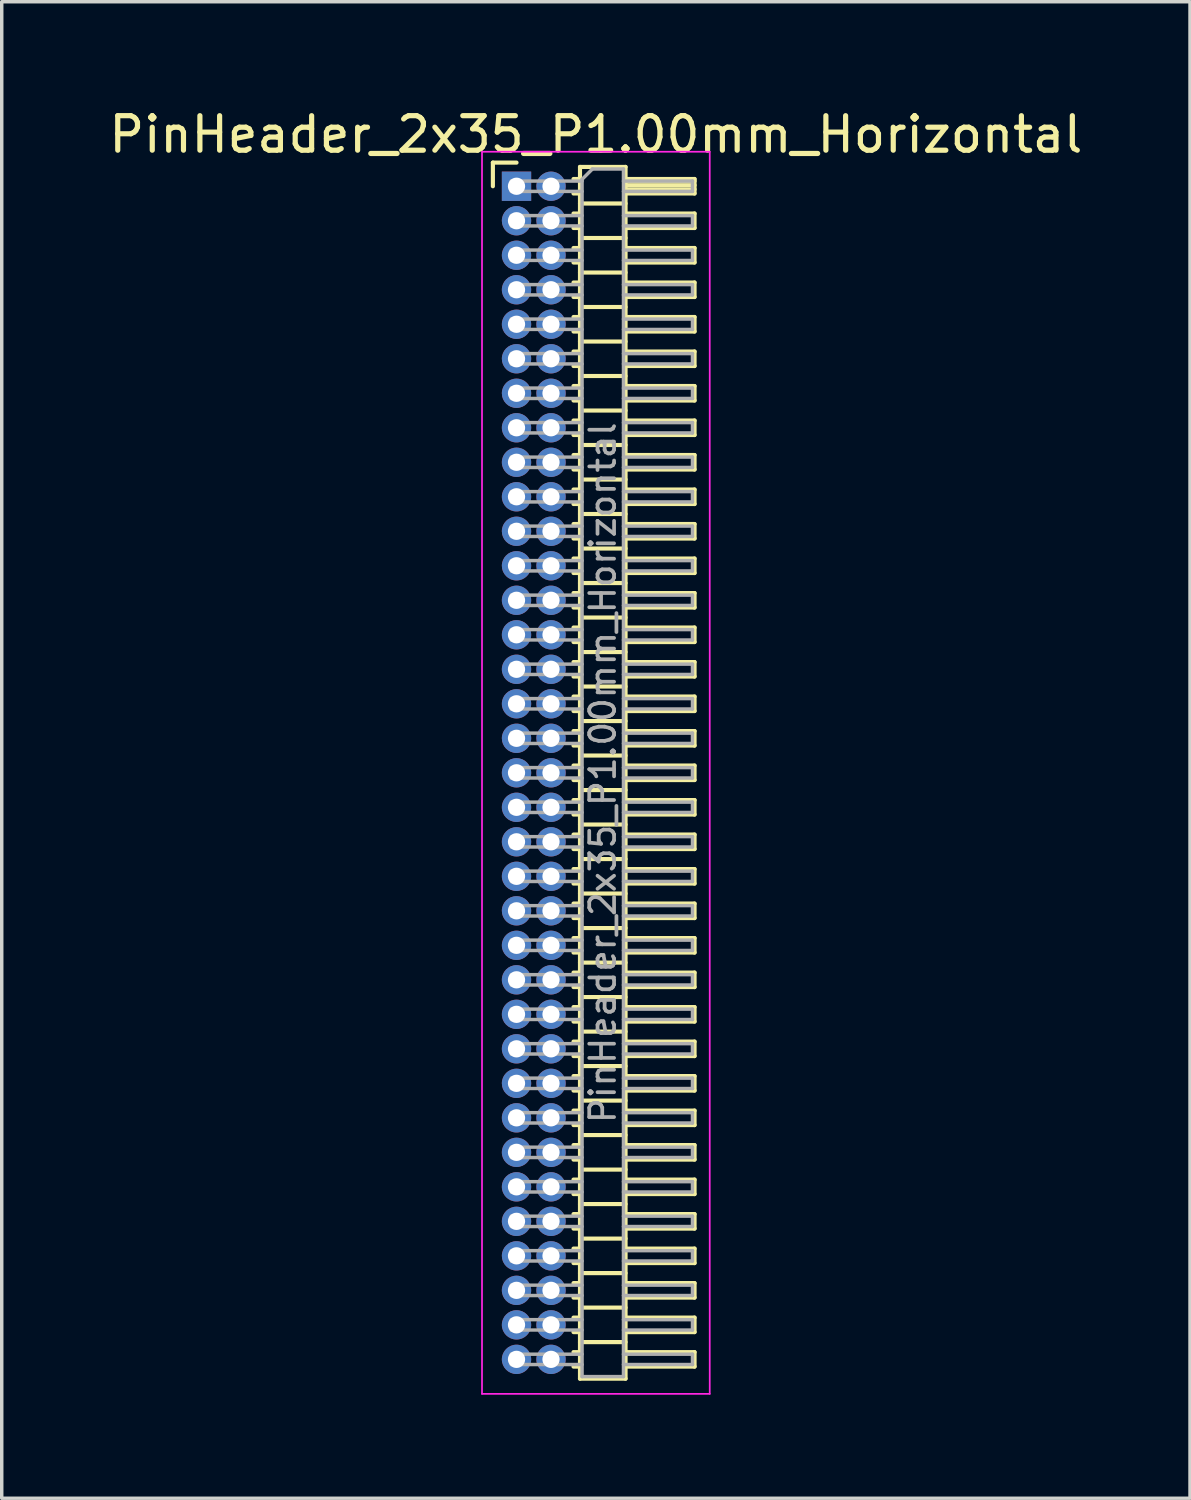
<source format=kicad_pcb>
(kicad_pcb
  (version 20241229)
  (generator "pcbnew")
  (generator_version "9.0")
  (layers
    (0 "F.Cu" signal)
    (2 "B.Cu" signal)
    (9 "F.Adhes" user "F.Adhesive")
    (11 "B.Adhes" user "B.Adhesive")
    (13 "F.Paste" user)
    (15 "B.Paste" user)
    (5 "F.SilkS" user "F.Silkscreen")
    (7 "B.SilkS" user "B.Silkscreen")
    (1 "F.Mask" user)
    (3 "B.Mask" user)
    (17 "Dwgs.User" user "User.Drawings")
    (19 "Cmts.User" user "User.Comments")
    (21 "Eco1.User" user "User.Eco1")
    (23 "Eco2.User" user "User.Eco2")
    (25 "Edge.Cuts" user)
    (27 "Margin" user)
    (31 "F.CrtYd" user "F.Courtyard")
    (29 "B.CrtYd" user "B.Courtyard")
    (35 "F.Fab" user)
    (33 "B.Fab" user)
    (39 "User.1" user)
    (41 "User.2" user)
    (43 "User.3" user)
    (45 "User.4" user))
  (footprint "PinHeader_2x35_P1.00mm_Horizontal"
    (layer "F.Cu")
    (at 11.92 2.348)
    (property "Reference" "PinHeader_2x35_P1.00mm_Horizontal" (at 2.3 -1.5 0) (layer "F.SilkS") (effects (font (size 1 1) (thickness 0.15))))
    (attr through_hole)
    (fp_line (start -0.685 -0.685) (end 0 -0.685) (stroke (width 0.12) (type solid)) (layer "F.SilkS"))
    (fp_line (start -0.685 0) (end -0.685 -0.685) (stroke (width 0.12) (type solid)) (layer "F.SilkS"))
    (fp_line (start 1.652 -0.21) (end 1.84 -0.21) (stroke (width 0.12) (type solid)) (layer "F.SilkS"))
    (fp_line (start 1.652 0.21) (end 1.84 0.21) (stroke (width 0.12) (type solid)) (layer "F.SilkS"))
    (fp_line (start 1.652 0.79) (end 1.84 0.79) (stroke (width 0.12) (type solid)) (layer "F.SilkS"))
    (fp_line (start 1.652 1.21) (end 1.84 1.21) (stroke (width 0.12) (type solid)) (layer "F.SilkS"))
    (fp_line (start 1.652 1.79) (end 1.84 1.79) (stroke (width 0.12) (type solid)) (layer "F.SilkS"))
    (fp_line (start 1.652 2.21) (end 1.84 2.21) (stroke (width 0.12) (type solid)) (layer "F.SilkS"))
    (fp_line (start 1.652 2.79) (end 1.84 2.79) (stroke (width 0.12) (type solid)) (layer "F.SilkS"))
    (fp_line (start 1.652 3.21) (end 1.84 3.21) (stroke (width 0.12) (type solid)) (layer "F.SilkS"))
    (fp_line (start 1.652 3.79) (end 1.84 3.79) (stroke (width 0.12) (type solid)) (layer "F.SilkS"))
    (fp_line (start 1.652 4.21) (end 1.84 4.21) (stroke (width 0.12) (type solid)) (layer "F.SilkS"))
    (fp_line (start 1.652 4.79) (end 1.84 4.79) (stroke (width 0.12) (type solid)) (layer "F.SilkS"))
    (fp_line (start 1.652 5.21) (end 1.84 5.21) (stroke (width 0.12) (type solid)) (layer "F.SilkS"))
    (fp_line (start 1.652 5.79) (end 1.84 5.79) (stroke (width 0.12) (type solid)) (layer "F.SilkS"))
    (fp_line (start 1.652 6.21) (end 1.84 6.21) (stroke (width 0.12) (type solid)) (layer "F.SilkS"))
    (fp_line (start 1.652 6.79) (end 1.84 6.79) (stroke (width 0.12) (type solid)) (layer "F.SilkS"))
    (fp_line (start 1.652 7.21) (end 1.84 7.21) (stroke (width 0.12) (type solid)) (layer "F.SilkS"))
    (fp_line (start 1.652 7.79) (end 1.84 7.79) (stroke (width 0.12) (type solid)) (layer "F.SilkS"))
    (fp_line (start 1.652 8.21) (end 1.84 8.21) (stroke (width 0.12) (type solid)) (layer "F.SilkS"))
    (fp_line (start 1.652 8.79) (end 1.84 8.79) (stroke (width 0.12) (type solid)) (layer "F.SilkS"))
    (fp_line (start 1.652 9.21) (end 1.84 9.21) (stroke (width 0.12) (type solid)) (layer "F.SilkS"))
    (fp_line (start 1.652 9.79) (end 1.84 9.79) (stroke (width 0.12) (type solid)) (layer "F.SilkS"))
    (fp_line (start 1.652 10.21) (end 1.84 10.21) (stroke (width 0.12) (type solid)) (layer "F.SilkS"))
    (fp_line (start 1.652 10.79) (end 1.84 10.79) (stroke (width 0.12) (type solid)) (layer "F.SilkS"))
    (fp_line (start 1.652 11.21) (end 1.84 11.21) (stroke (width 0.12) (type solid)) (layer "F.SilkS"))
    (fp_line (start 1.652 11.79) (end 1.84 11.79) (stroke (width 0.12) (type solid)) (layer "F.SilkS"))
    (fp_line (start 1.652 12.21) (end 1.84 12.21) (stroke (width 0.12) (type solid)) (layer "F.SilkS"))
    (fp_line (start 1.652 12.79) (end 1.84 12.79) (stroke (width 0.12) (type solid)) (layer "F.SilkS"))
    (fp_line (start 1.652 13.21) (end 1.84 13.21) (stroke (width 0.12) (type solid)) (layer "F.SilkS"))
    (fp_line (start 1.652 13.79) (end 1.84 13.79) (stroke (width 0.12) (type solid)) (layer "F.SilkS"))
    (fp_line (start 1.652 14.21) (end 1.84 14.21) (stroke (width 0.12) (type solid)) (layer "F.SilkS"))
    (fp_line (start 1.652 14.79) (end 1.84 14.79) (stroke (width 0.12) (type solid)) (layer "F.SilkS"))
    (fp_line (start 1.652 15.21) (end 1.84 15.21) (stroke (width 0.12) (type solid)) (layer "F.SilkS"))
    (fp_line (start 1.652 15.79) (end 1.84 15.79) (stroke (width 0.12) (type solid)) (layer "F.SilkS"))
    (fp_line (start 1.652 16.21) (end 1.84 16.21) (stroke (width 0.12) (type solid)) (layer "F.SilkS"))
    (fp_line (start 1.652 16.79) (end 1.84 16.79) (stroke (width 0.12) (type solid)) (layer "F.SilkS"))
    (fp_line (start 1.652 17.21) (end 1.84 17.21) (stroke (width 0.12) (type solid)) (layer "F.SilkS"))
    (fp_line (start 1.652 17.79) (end 1.84 17.79) (stroke (width 0.12) (type solid)) (layer "F.SilkS"))
    (fp_line (start 1.652 18.21) (end 1.84 18.21) (stroke (width 0.12) (type solid)) (layer "F.SilkS"))
    (fp_line (start 1.652 18.79) (end 1.84 18.79) (stroke (width 0.12) (type solid)) (layer "F.SilkS"))
    (fp_line (start 1.652 19.21) (end 1.84 19.21) (stroke (width 0.12) (type solid)) (layer "F.SilkS"))
    (fp_line (start 1.652 19.79) (end 1.84 19.79) (stroke (width 0.12) (type solid)) (layer "F.SilkS"))
    (fp_line (start 1.652 20.21) (end 1.84 20.21) (stroke (width 0.12) (type solid)) (layer "F.SilkS"))
    (fp_line (start 1.652 20.79) (end 1.84 20.79) (stroke (width 0.12) (type solid)) (layer "F.SilkS"))
    (fp_line (start 1.652 21.21) (end 1.84 21.21) (stroke (width 0.12) (type solid)) (layer "F.SilkS"))
    (fp_line (start 1.652 21.79) (end 1.84 21.79) (stroke (width 0.12) (type solid)) (layer "F.SilkS"))
    (fp_line (start 1.652 22.21) (end 1.84 22.21) (stroke (width 0.12) (type solid)) (layer "F.SilkS"))
    (fp_line (start 1.652 22.79) (end 1.84 22.79) (stroke (width 0.12) (type solid)) (layer "F.SilkS"))
    (fp_line (start 1.652 23.21) (end 1.84 23.21) (stroke (width 0.12) (type solid)) (layer "F.SilkS"))
    (fp_line (start 1.652 23.79) (end 1.84 23.79) (stroke (width 0.12) (type solid)) (layer "F.SilkS"))
    (fp_line (start 1.652 24.21) (end 1.84 24.21) (stroke (width 0.12) (type solid)) (layer "F.SilkS"))
    (fp_line (start 1.652 24.79) (end 1.84 24.79) (stroke (width 0.12) (type solid)) (layer "F.SilkS"))
    (fp_line (start 1.652 25.21) (end 1.84 25.21) (stroke (width 0.12) (type solid)) (layer "F.SilkS"))
    (fp_line (start 1.652 25.79) (end 1.84 25.79) (stroke (width 0.12) (type solid)) (layer "F.SilkS"))
    (fp_line (start 1.652 26.21) (end 1.84 26.21) (stroke (width 0.12) (type solid)) (layer "F.SilkS"))
    (fp_line (start 1.652 26.79) (end 1.84 26.79) (stroke (width 0.12) (type solid)) (layer "F.SilkS"))
    (fp_line (start 1.652 27.21) (end 1.84 27.21) (stroke (width 0.12) (type solid)) (layer "F.SilkS"))
    (fp_line (start 1.652 27.79) (end 1.84 27.79) (stroke (width 0.12) (type solid)) (layer "F.SilkS"))
    (fp_line (start 1.652 28.21) (end 1.84 28.21) (stroke (width 0.12) (type solid)) (layer "F.SilkS"))
    (fp_line (start 1.652 28.79) (end 1.84 28.79) (stroke (width 0.12) (type solid)) (layer "F.SilkS"))
    (fp_line (start 1.652 29.21) (end 1.84 29.21) (stroke (width 0.12) (type solid)) (layer "F.SilkS"))
    (fp_line (start 1.652 29.79) (end 1.84 29.79) (stroke (width 0.12) (type solid)) (layer "F.SilkS"))
    (fp_line (start 1.652 30.21) (end 1.84 30.21) (stroke (width 0.12) (type solid)) (layer "F.SilkS"))
    (fp_line (start 1.652 30.79) (end 1.84 30.79) (stroke (width 0.12) (type solid)) (layer "F.SilkS"))
    (fp_line (start 1.652 31.21) (end 1.84 31.21) (stroke (width 0.12) (type solid)) (layer "F.SilkS"))
    (fp_line (start 1.652 31.79) (end 1.84 31.79) (stroke (width 0.12) (type solid)) (layer "F.SilkS"))
    (fp_line (start 1.652 32.21) (end 1.84 32.21) (stroke (width 0.12) (type solid)) (layer "F.SilkS"))
    (fp_line (start 1.652 32.79) (end 1.84 32.79) (stroke (width 0.12) (type solid)) (layer "F.SilkS"))
    (fp_line (start 1.652 33.21) (end 1.84 33.21) (stroke (width 0.12) (type solid)) (layer "F.SilkS"))
    (fp_line (start 1.652 33.79) (end 1.84 33.79) (stroke (width 0.12) (type solid)) (layer "F.SilkS"))
    (fp_line (start 1.652 34.21) (end 1.84 34.21) (stroke (width 0.12) (type solid)) (layer "F.SilkS"))
    (fp_line (start 1.84 -0.56) (end 1.84 34.56) (stroke (width 0.12) (type solid)) (layer "F.SilkS"))
    (fp_line (start 1.84 0.5) (end 3.16 0.5) (stroke (width 0.12) (type solid)) (layer "F.SilkS"))
    (fp_line (start 1.84 1.5) (end 3.16 1.5) (stroke (width 0.12) (type solid)) (layer "F.SilkS"))
    (fp_line (start 1.84 2.5) (end 3.16 2.5) (stroke (width 0.12) (type solid)) (layer "F.SilkS"))
    (fp_line (start 1.84 3.5) (end 3.16 3.5) (stroke (width 0.12) (type solid)) (layer "F.SilkS"))
    (fp_line (start 1.84 4.5) (end 3.16 4.5) (stroke (width 0.12) (type solid)) (layer "F.SilkS"))
    (fp_line (start 1.84 5.5) (end 3.16 5.5) (stroke (width 0.12) (type solid)) (layer "F.SilkS"))
    (fp_line (start 1.84 6.5) (end 3.16 6.5) (stroke (width 0.12) (type solid)) (layer "F.SilkS"))
    (fp_line (start 1.84 7.5) (end 3.16 7.5) (stroke (width 0.12) (type solid)) (layer "F.SilkS"))
    (fp_line (start 1.84 8.5) (end 3.16 8.5) (stroke (width 0.12) (type solid)) (layer "F.SilkS"))
    (fp_line (start 1.84 9.5) (end 3.16 9.5) (stroke (width 0.12) (type solid)) (layer "F.SilkS"))
    (fp_line (start 1.84 10.5) (end 3.16 10.5) (stroke (width 0.12) (type solid)) (layer "F.SilkS"))
    (fp_line (start 1.84 11.5) (end 3.16 11.5) (stroke (width 0.12) (type solid)) (layer "F.SilkS"))
    (fp_line (start 1.84 12.5) (end 3.16 12.5) (stroke (width 0.12) (type solid)) (layer "F.SilkS"))
    (fp_line (start 1.84 13.5) (end 3.16 13.5) (stroke (width 0.12) (type solid)) (layer "F.SilkS"))
    (fp_line (start 1.84 14.5) (end 3.16 14.5) (stroke (width 0.12) (type solid)) (layer "F.SilkS"))
    (fp_line (start 1.84 15.5) (end 3.16 15.5) (stroke (width 0.12) (type solid)) (layer "F.SilkS"))
    (fp_line (start 1.84 16.5) (end 3.16 16.5) (stroke (width 0.12) (type solid)) (layer "F.SilkS"))
    (fp_line (start 1.84 17.5) (end 3.16 17.5) (stroke (width 0.12) (type solid)) (layer "F.SilkS"))
    (fp_line (start 1.84 18.5) (end 3.16 18.5) (stroke (width 0.12) (type solid)) (layer "F.SilkS"))
    (fp_line (start 1.84 19.5) (end 3.16 19.5) (stroke (width 0.12) (type solid)) (layer "F.SilkS"))
    (fp_line (start 1.84 20.5) (end 3.16 20.5) (stroke (width 0.12) (type solid)) (layer "F.SilkS"))
    (fp_line (start 1.84 21.5) (end 3.16 21.5) (stroke (width 0.12) (type solid)) (layer "F.SilkS"))
    (fp_line (start 1.84 22.5) (end 3.16 22.5) (stroke (width 0.12) (type solid)) (layer "F.SilkS"))
    (fp_line (start 1.84 23.5) (end 3.16 23.5) (stroke (width 0.12) (type solid)) (layer "F.SilkS"))
    (fp_line (start 1.84 24.5) (end 3.16 24.5) (stroke (width 0.12) (type solid)) (layer "F.SilkS"))
    (fp_line (start 1.84 25.5) (end 3.16 25.5) (stroke (width 0.12) (type solid)) (layer "F.SilkS"))
    (fp_line (start 1.84 26.5) (end 3.16 26.5) (stroke (width 0.12) (type solid)) (layer "F.SilkS"))
    (fp_line (start 1.84 27.5) (end 3.16 27.5) (stroke (width 0.12) (type solid)) (layer "F.SilkS"))
    (fp_line (start 1.84 28.5) (end 3.16 28.5) (stroke (width 0.12) (type solid)) (layer "F.SilkS"))
    (fp_line (start 1.84 29.5) (end 3.16 29.5) (stroke (width 0.12) (type solid)) (layer "F.SilkS"))
    (fp_line (start 1.84 30.5) (end 3.16 30.5) (stroke (width 0.12) (type solid)) (layer "F.SilkS"))
    (fp_line (start 1.84 31.5) (end 3.16 31.5) (stroke (width 0.12) (type solid)) (layer "F.SilkS"))
    (fp_line (start 1.84 32.5) (end 3.16 32.5) (stroke (width 0.12) (type solid)) (layer "F.SilkS"))
    (fp_line (start 1.84 33.5) (end 3.16 33.5) (stroke (width 0.12) (type solid)) (layer "F.SilkS"))
    (fp_line (start 1.84 34.56) (end 3.16 34.56) (stroke (width 0.12) (type solid)) (layer "F.SilkS"))
    (fp_line (start 3.16 -0.56) (end 1.84 -0.56) (stroke (width 0.12) (type solid)) (layer "F.SilkS"))
    (fp_line (start 3.16 -0.21) (end 5.16 -0.21) (stroke (width 0.12) (type solid)) (layer "F.SilkS"))
    (fp_line (start 3.16 -0.15) (end 5.16 -0.15) (stroke (width 0.12) (type solid)) (layer "F.SilkS"))
    (fp_line (start 3.16 -0.03) (end 5.16 -0.03) (stroke (width 0.12) (type solid)) (layer "F.SilkS"))
    (fp_line (start 3.16 0.09) (end 5.16 0.09) (stroke (width 0.12) (type solid)) (layer "F.SilkS"))
    (fp_line (start 3.16 0.79) (end 5.16 0.79) (stroke (width 0.12) (type solid)) (layer "F.SilkS"))
    (fp_line (start 3.16 1.79) (end 5.16 1.79) (stroke (width 0.12) (type solid)) (layer "F.SilkS"))
    (fp_line (start 3.16 2.79) (end 5.16 2.79) (stroke (width 0.12) (type solid)) (layer "F.SilkS"))
    (fp_line (start 3.16 3.79) (end 5.16 3.79) (stroke (width 0.12) (type solid)) (layer "F.SilkS"))
    (fp_line (start 3.16 4.79) (end 5.16 4.79) (stroke (width 0.12) (type solid)) (layer "F.SilkS"))
    (fp_line (start 3.16 5.79) (end 5.16 5.79) (stroke (width 0.12) (type solid)) (layer "F.SilkS"))
    (fp_line (start 3.16 6.79) (end 5.16 6.79) (stroke (width 0.12) (type solid)) (layer "F.SilkS"))
    (fp_line (start 3.16 7.79) (end 5.16 7.79) (stroke (width 0.12) (type solid)) (layer "F.SilkS"))
    (fp_line (start 3.16 8.79) (end 5.16 8.79) (stroke (width 0.12) (type solid)) (layer "F.SilkS"))
    (fp_line (start 3.16 9.79) (end 5.16 9.79) (stroke (width 0.12) (type solid)) (layer "F.SilkS"))
    (fp_line (start 3.16 10.79) (end 5.16 10.79) (stroke (width 0.12) (type solid)) (layer "F.SilkS"))
    (fp_line (start 3.16 11.79) (end 5.16 11.79) (stroke (width 0.12) (type solid)) (layer "F.SilkS"))
    (fp_line (start 3.16 12.79) (end 5.16 12.79) (stroke (width 0.12) (type solid)) (layer "F.SilkS"))
    (fp_line (start 3.16 13.79) (end 5.16 13.79) (stroke (width 0.12) (type solid)) (layer "F.SilkS"))
    (fp_line (start 3.16 14.79) (end 5.16 14.79) (stroke (width 0.12) (type solid)) (layer "F.SilkS"))
    (fp_line (start 3.16 15.79) (end 5.16 15.79) (stroke (width 0.12) (type solid)) (layer "F.SilkS"))
    (fp_line (start 3.16 16.79) (end 5.16 16.79) (stroke (width 0.12) (type solid)) (layer "F.SilkS"))
    (fp_line (start 3.16 17.79) (end 5.16 17.79) (stroke (width 0.12) (type solid)) (layer "F.SilkS"))
    (fp_line (start 3.16 18.79) (end 5.16 18.79) (stroke (width 0.12) (type solid)) (layer "F.SilkS"))
    (fp_line (start 3.16 19.79) (end 5.16 19.79) (stroke (width 0.12) (type solid)) (layer "F.SilkS"))
    (fp_line (start 3.16 20.79) (end 5.16 20.79) (stroke (width 0.12) (type solid)) (layer "F.SilkS"))
    (fp_line (start 3.16 21.79) (end 5.16 21.79) (stroke (width 0.12) (type solid)) (layer "F.SilkS"))
    (fp_line (start 3.16 22.79) (end 5.16 22.79) (stroke (width 0.12) (type solid)) (layer "F.SilkS"))
    (fp_line (start 3.16 23.79) (end 5.16 23.79) (stroke (width 0.12) (type solid)) (layer "F.SilkS"))
    (fp_line (start 3.16 24.79) (end 5.16 24.79) (stroke (width 0.12) (type solid)) (layer "F.SilkS"))
    (fp_line (start 3.16 25.79) (end 5.16 25.79) (stroke (width 0.12) (type solid)) (layer "F.SilkS"))
    (fp_line (start 3.16 26.79) (end 5.16 26.79) (stroke (width 0.12) (type solid)) (layer "F.SilkS"))
    (fp_line (start 3.16 27.79) (end 5.16 27.79) (stroke (width 0.12) (type solid)) (layer "F.SilkS"))
    (fp_line (start 3.16 28.79) (end 5.16 28.79) (stroke (width 0.12) (type solid)) (layer "F.SilkS"))
    (fp_line (start 3.16 29.79) (end 5.16 29.79) (stroke (width 0.12) (type solid)) (layer "F.SilkS"))
    (fp_line (start 3.16 30.79) (end 5.16 30.79) (stroke (width 0.12) (type solid)) (layer "F.SilkS"))
    (fp_line (start 3.16 31.79) (end 5.16 31.79) (stroke (width 0.12) (type solid)) (layer "F.SilkS"))
    (fp_line (start 3.16 32.79) (end 5.16 32.79) (stroke (width 0.12) (type solid)) (layer "F.SilkS"))
    (fp_line (start 3.16 33.79) (end 5.16 33.79) (stroke (width 0.12) (type solid)) (layer "F.SilkS"))
    (fp_line (start 3.16 34.56) (end 3.16 -0.56) (stroke (width 0.12) (type solid)) (layer "F.SilkS"))
    (fp_line (start 5.16 -0.21) (end 5.16 0.21) (stroke (width 0.12) (type solid)) (layer "F.SilkS"))
    (fp_line (start 5.16 0.21) (end 3.16 0.21) (stroke (width 0.12) (type solid)) (layer "F.SilkS"))
    (fp_line (start 5.16 0.79) (end 5.16 1.21) (stroke (width 0.12) (type solid)) (layer "F.SilkS"))
    (fp_line (start 5.16 1.21) (end 3.16 1.21) (stroke (width 0.12) (type solid)) (layer "F.SilkS"))
    (fp_line (start 5.16 1.79) (end 5.16 2.21) (stroke (width 0.12) (type solid)) (layer "F.SilkS"))
    (fp_line (start 5.16 2.21) (end 3.16 2.21) (stroke (width 0.12) (type solid)) (layer "F.SilkS"))
    (fp_line (start 5.16 2.79) (end 5.16 3.21) (stroke (width 0.12) (type solid)) (layer "F.SilkS"))
    (fp_line (start 5.16 3.21) (end 3.16 3.21) (stroke (width 0.12) (type solid)) (layer "F.SilkS"))
    (fp_line (start 5.16 3.79) (end 5.16 4.21) (stroke (width 0.12) (type solid)) (layer "F.SilkS"))
    (fp_line (start 5.16 4.21) (end 3.16 4.21) (stroke (width 0.12) (type solid)) (layer "F.SilkS"))
    (fp_line (start 5.16 4.79) (end 5.16 5.21) (stroke (width 0.12) (type solid)) (layer "F.SilkS"))
    (fp_line (start 5.16 5.21) (end 3.16 5.21) (stroke (width 0.12) (type solid)) (layer "F.SilkS"))
    (fp_line (start 5.16 5.79) (end 5.16 6.21) (stroke (width 0.12) (type solid)) (layer "F.SilkS"))
    (fp_line (start 5.16 6.21) (end 3.16 6.21) (stroke (width 0.12) (type solid)) (layer "F.SilkS"))
    (fp_line (start 5.16 6.79) (end 5.16 7.21) (stroke (width 0.12) (type solid)) (layer "F.SilkS"))
    (fp_line (start 5.16 7.21) (end 3.16 7.21) (stroke (width 0.12) (type solid)) (layer "F.SilkS"))
    (fp_line (start 5.16 7.79) (end 5.16 8.21) (stroke (width 0.12) (type solid)) (layer "F.SilkS"))
    (fp_line (start 5.16 8.21) (end 3.16 8.21) (stroke (width 0.12) (type solid)) (layer "F.SilkS"))
    (fp_line (start 5.16 8.79) (end 5.16 9.21) (stroke (width 0.12) (type solid)) (layer "F.SilkS"))
    (fp_line (start 5.16 9.21) (end 3.16 9.21) (stroke (width 0.12) (type solid)) (layer "F.SilkS"))
    (fp_line (start 5.16 9.79) (end 5.16 10.21) (stroke (width 0.12) (type solid)) (layer "F.SilkS"))
    (fp_line (start 5.16 10.21) (end 3.16 10.21) (stroke (width 0.12) (type solid)) (layer "F.SilkS"))
    (fp_line (start 5.16 10.79) (end 5.16 11.21) (stroke (width 0.12) (type solid)) (layer "F.SilkS"))
    (fp_line (start 5.16 11.21) (end 3.16 11.21) (stroke (width 0.12) (type solid)) (layer "F.SilkS"))
    (fp_line (start 5.16 11.79) (end 5.16 12.21) (stroke (width 0.12) (type solid)) (layer "F.SilkS"))
    (fp_line (start 5.16 12.21) (end 3.16 12.21) (stroke (width 0.12) (type solid)) (layer "F.SilkS"))
    (fp_line (start 5.16 12.79) (end 5.16 13.21) (stroke (width 0.12) (type solid)) (layer "F.SilkS"))
    (fp_line (start 5.16 13.21) (end 3.16 13.21) (stroke (width 0.12) (type solid)) (layer "F.SilkS"))
    (fp_line (start 5.16 13.79) (end 5.16 14.21) (stroke (width 0.12) (type solid)) (layer "F.SilkS"))
    (fp_line (start 5.16 14.21) (end 3.16 14.21) (stroke (width 0.12) (type solid)) (layer "F.SilkS"))
    (fp_line (start 5.16 14.79) (end 5.16 15.21) (stroke (width 0.12) (type solid)) (layer "F.SilkS"))
    (fp_line (start 5.16 15.21) (end 3.16 15.21) (stroke (width 0.12) (type solid)) (layer "F.SilkS"))
    (fp_line (start 5.16 15.79) (end 5.16 16.21) (stroke (width 0.12) (type solid)) (layer "F.SilkS"))
    (fp_line (start 5.16 16.21) (end 3.16 16.21) (stroke (width 0.12) (type solid)) (layer "F.SilkS"))
    (fp_line (start 5.16 16.79) (end 5.16 17.21) (stroke (width 0.12) (type solid)) (layer "F.SilkS"))
    (fp_line (start 5.16 17.21) (end 3.16 17.21) (stroke (width 0.12) (type solid)) (layer "F.SilkS"))
    (fp_line (start 5.16 17.79) (end 5.16 18.21) (stroke (width 0.12) (type solid)) (layer "F.SilkS"))
    (fp_line (start 5.16 18.21) (end 3.16 18.21) (stroke (width 0.12) (type solid)) (layer "F.SilkS"))
    (fp_line (start 5.16 18.79) (end 5.16 19.21) (stroke (width 0.12) (type solid)) (layer "F.SilkS"))
    (fp_line (start 5.16 19.21) (end 3.16 19.21) (stroke (width 0.12) (type solid)) (layer "F.SilkS"))
    (fp_line (start 5.16 19.79) (end 5.16 20.21) (stroke (width 0.12) (type solid)) (layer "F.SilkS"))
    (fp_line (start 5.16 20.21) (end 3.16 20.21) (stroke (width 0.12) (type solid)) (layer "F.SilkS"))
    (fp_line (start 5.16 20.79) (end 5.16 21.21) (stroke (width 0.12) (type solid)) (layer "F.SilkS"))
    (fp_line (start 5.16 21.21) (end 3.16 21.21) (stroke (width 0.12) (type solid)) (layer "F.SilkS"))
    (fp_line (start 5.16 21.79) (end 5.16 22.21) (stroke (width 0.12) (type solid)) (layer "F.SilkS"))
    (fp_line (start 5.16 22.21) (end 3.16 22.21) (stroke (width 0.12) (type solid)) (layer "F.SilkS"))
    (fp_line (start 5.16 22.79) (end 5.16 23.21) (stroke (width 0.12) (type solid)) (layer "F.SilkS"))
    (fp_line (start 5.16 23.21) (end 3.16 23.21) (stroke (width 0.12) (type solid)) (layer "F.SilkS"))
    (fp_line (start 5.16 23.79) (end 5.16 24.21) (stroke (width 0.12) (type solid)) (layer "F.SilkS"))
    (fp_line (start 5.16 24.21) (end 3.16 24.21) (stroke (width 0.12) (type solid)) (layer "F.SilkS"))
    (fp_line (start 5.16 24.79) (end 5.16 25.21) (stroke (width 0.12) (type solid)) (layer "F.SilkS"))
    (fp_line (start 5.16 25.21) (end 3.16 25.21) (stroke (width 0.12) (type solid)) (layer "F.SilkS"))
    (fp_line (start 5.16 25.79) (end 5.16 26.21) (stroke (width 0.12) (type solid)) (layer "F.SilkS"))
    (fp_line (start 5.16 26.21) (end 3.16 26.21) (stroke (width 0.12) (type solid)) (layer "F.SilkS"))
    (fp_line (start 5.16 26.79) (end 5.16 27.21) (stroke (width 0.12) (type solid)) (layer "F.SilkS"))
    (fp_line (start 5.16 27.21) (end 3.16 27.21) (stroke (width 0.12) (type solid)) (layer "F.SilkS"))
    (fp_line (start 5.16 27.79) (end 5.16 28.21) (stroke (width 0.12) (type solid)) (layer "F.SilkS"))
    (fp_line (start 5.16 28.21) (end 3.16 28.21) (stroke (width 0.12) (type solid)) (layer "F.SilkS"))
    (fp_line (start 5.16 28.79) (end 5.16 29.21) (stroke (width 0.12) (type solid)) (layer "F.SilkS"))
    (fp_line (start 5.16 29.21) (end 3.16 29.21) (stroke (width 0.12) (type solid)) (layer "F.SilkS"))
    (fp_line (start 5.16 29.79) (end 5.16 30.21) (stroke (width 0.12) (type solid)) (layer "F.SilkS"))
    (fp_line (start 5.16 30.21) (end 3.16 30.21) (stroke (width 0.12) (type solid)) (layer "F.SilkS"))
    (fp_line (start 5.16 30.79) (end 5.16 31.21) (stroke (width 0.12) (type solid)) (layer "F.SilkS"))
    (fp_line (start 5.16 31.21) (end 3.16 31.21) (stroke (width 0.12) (type solid)) (layer "F.SilkS"))
    (fp_line (start 5.16 31.79) (end 5.16 32.21) (stroke (width 0.12) (type solid)) (layer "F.SilkS"))
    (fp_line (start 5.16 32.21) (end 3.16 32.21) (stroke (width 0.12) (type solid)) (layer "F.SilkS"))
    (fp_line (start 5.16 32.79) (end 5.16 33.21) (stroke (width 0.12) (type solid)) (layer "F.SilkS"))
    (fp_line (start 5.16 33.21) (end 3.16 33.21) (stroke (width 0.12) (type solid)) (layer "F.SilkS"))
    (fp_line (start 5.16 33.79) (end 5.16 34.21) (stroke (width 0.12) (type solid)) (layer "F.SilkS"))
    (fp_line (start 5.16 34.21) (end 3.16 34.21) (stroke (width 0.12) (type solid)) (layer "F.SilkS"))
    (fp_line (start -1 -1) (end -1 35) (stroke (width 0.05) (type solid)) (layer "F.CrtYd"))
    (fp_line (start -1 35) (end 5.6 35) (stroke (width 0.05) (type solid)) (layer "F.CrtYd"))
    (fp_line (start 5.6 -1) (end -1 -1) (stroke (width 0.05) (type solid)) (layer "F.CrtYd"))
    (fp_line (start 5.6 35) (end 5.6 -1) (stroke (width 0.05) (type solid)) (layer "F.CrtYd"))
    (fp_line (start -0.15 -0.15) (end -0.15 0.15) (stroke (width 0.1) (type solid)) (layer "F.Fab"))
    (fp_line (start -0.15 -0.15) (end 1.9 -0.15) (stroke (width 0.1) (type solid)) (layer "F.Fab"))
    (fp_line (start -0.15 0.15) (end 1.9 0.15) (stroke (width 0.1) (type solid)) (layer "F.Fab"))
    (fp_line (start -0.15 0.85) (end -0.15 1.15) (stroke (width 0.1) (type solid)) (layer "F.Fab"))
    (fp_line (start -0.15 0.85) (end 1.9 0.85) (stroke (width 0.1) (type solid)) (layer "F.Fab"))
    (fp_line (start -0.15 1.15) (end 1.9 1.15) (stroke (width 0.1) (type solid)) (layer "F.Fab"))
    (fp_line (start -0.15 1.85) (end -0.15 2.15) (stroke (width 0.1) (type solid)) (layer "F.Fab"))
    (fp_line (start -0.15 1.85) (end 1.9 1.85) (stroke (width 0.1) (type solid)) (layer "F.Fab"))
    (fp_line (start -0.15 2.15) (end 1.9 2.15) (stroke (width 0.1) (type solid)) (layer "F.Fab"))
    (fp_line (start -0.15 2.85) (end -0.15 3.15) (stroke (width 0.1) (type solid)) (layer "F.Fab"))
    (fp_line (start -0.15 2.85) (end 1.9 2.85) (stroke (width 0.1) (type solid)) (layer "F.Fab"))
    (fp_line (start -0.15 3.15) (end 1.9 3.15) (stroke (width 0.1) (type solid)) (layer "F.Fab"))
    (fp_line (start -0.15 3.85) (end -0.15 4.15) (stroke (width 0.1) (type solid)) (layer "F.Fab"))
    (fp_line (start -0.15 3.85) (end 1.9 3.85) (stroke (width 0.1) (type solid)) (layer "F.Fab"))
    (fp_line (start -0.15 4.15) (end 1.9 4.15) (stroke (width 0.1) (type solid)) (layer "F.Fab"))
    (fp_line (start -0.15 4.85) (end -0.15 5.15) (stroke (width 0.1) (type solid)) (layer "F.Fab"))
    (fp_line (start -0.15 4.85) (end 1.9 4.85) (stroke (width 0.1) (type solid)) (layer "F.Fab"))
    (fp_line (start -0.15 5.15) (end 1.9 5.15) (stroke (width 0.1) (type solid)) (layer "F.Fab"))
    (fp_line (start -0.15 5.85) (end -0.15 6.15) (stroke (width 0.1) (type solid)) (layer "F.Fab"))
    (fp_line (start -0.15 5.85) (end 1.9 5.85) (stroke (width 0.1) (type solid)) (layer "F.Fab"))
    (fp_line (start -0.15 6.15) (end 1.9 6.15) (stroke (width 0.1) (type solid)) (layer "F.Fab"))
    (fp_line (start -0.15 6.85) (end -0.15 7.15) (stroke (width 0.1) (type solid)) (layer "F.Fab"))
    (fp_line (start -0.15 6.85) (end 1.9 6.85) (stroke (width 0.1) (type solid)) (layer "F.Fab"))
    (fp_line (start -0.15 7.15) (end 1.9 7.15) (stroke (width 0.1) (type solid)) (layer "F.Fab"))
    (fp_line (start -0.15 7.85) (end -0.15 8.15) (stroke (width 0.1) (type solid)) (layer "F.Fab"))
    (fp_line (start -0.15 7.85) (end 1.9 7.85) (stroke (width 0.1) (type solid)) (layer "F.Fab"))
    (fp_line (start -0.15 8.15) (end 1.9 8.15) (stroke (width 0.1) (type solid)) (layer "F.Fab"))
    (fp_line (start -0.15 8.85) (end -0.15 9.15) (stroke (width 0.1) (type solid)) (layer "F.Fab"))
    (fp_line (start -0.15 8.85) (end 1.9 8.85) (stroke (width 0.1) (type solid)) (layer "F.Fab"))
    (fp_line (start -0.15 9.15) (end 1.9 9.15) (stroke (width 0.1) (type solid)) (layer "F.Fab"))
    (fp_line (start -0.15 9.85) (end -0.15 10.15) (stroke (width 0.1) (type solid)) (layer "F.Fab"))
    (fp_line (start -0.15 9.85) (end 1.9 9.85) (stroke (width 0.1) (type solid)) (layer "F.Fab"))
    (fp_line (start -0.15 10.15) (end 1.9 10.15) (stroke (width 0.1) (type solid)) (layer "F.Fab"))
    (fp_line (start -0.15 10.85) (end -0.15 11.15) (stroke (width 0.1) (type solid)) (layer "F.Fab"))
    (fp_line (start -0.15 10.85) (end 1.9 10.85) (stroke (width 0.1) (type solid)) (layer "F.Fab"))
    (fp_line (start -0.15 11.15) (end 1.9 11.15) (stroke (width 0.1) (type solid)) (layer "F.Fab"))
    (fp_line (start -0.15 11.85) (end -0.15 12.15) (stroke (width 0.1) (type solid)) (layer "F.Fab"))
    (fp_line (start -0.15 11.85) (end 1.9 11.85) (stroke (width 0.1) (type solid)) (layer "F.Fab"))
    (fp_line (start -0.15 12.15) (end 1.9 12.15) (stroke (width 0.1) (type solid)) (layer "F.Fab"))
    (fp_line (start -0.15 12.85) (end -0.15 13.15) (stroke (width 0.1) (type solid)) (layer "F.Fab"))
    (fp_line (start -0.15 12.85) (end 1.9 12.85) (stroke (width 0.1) (type solid)) (layer "F.Fab"))
    (fp_line (start -0.15 13.15) (end 1.9 13.15) (stroke (width 0.1) (type solid)) (layer "F.Fab"))
    (fp_line (start -0.15 13.85) (end -0.15 14.15) (stroke (width 0.1) (type solid)) (layer "F.Fab"))
    (fp_line (start -0.15 13.85) (end 1.9 13.85) (stroke (width 0.1) (type solid)) (layer "F.Fab"))
    (fp_line (start -0.15 14.15) (end 1.9 14.15) (stroke (width 0.1) (type solid)) (layer "F.Fab"))
    (fp_line (start -0.15 14.85) (end -0.15 15.15) (stroke (width 0.1) (type solid)) (layer "F.Fab"))
    (fp_line (start -0.15 14.85) (end 1.9 14.85) (stroke (width 0.1) (type solid)) (layer "F.Fab"))
    (fp_line (start -0.15 15.15) (end 1.9 15.15) (stroke (width 0.1) (type solid)) (layer "F.Fab"))
    (fp_line (start -0.15 15.85) (end -0.15 16.15) (stroke (width 0.1) (type solid)) (layer "F.Fab"))
    (fp_line (start -0.15 15.85) (end 1.9 15.85) (stroke (width 0.1) (type solid)) (layer "F.Fab"))
    (fp_line (start -0.15 16.15) (end 1.9 16.15) (stroke (width 0.1) (type solid)) (layer "F.Fab"))
    (fp_line (start -0.15 16.85) (end -0.15 17.15) (stroke (width 0.1) (type solid)) (layer "F.Fab"))
    (fp_line (start -0.15 16.85) (end 1.9 16.85) (stroke (width 0.1) (type solid)) (layer "F.Fab"))
    (fp_line (start -0.15 17.15) (end 1.9 17.15) (stroke (width 0.1) (type solid)) (layer "F.Fab"))
    (fp_line (start -0.15 17.85) (end -0.15 18.15) (stroke (width 0.1) (type solid)) (layer "F.Fab"))
    (fp_line (start -0.15 17.85) (end 1.9 17.85) (stroke (width 0.1) (type solid)) (layer "F.Fab"))
    (fp_line (start -0.15 18.15) (end 1.9 18.15) (stroke (width 0.1) (type solid)) (layer "F.Fab"))
    (fp_line (start -0.15 18.85) (end -0.15 19.15) (stroke (width 0.1) (type solid)) (layer "F.Fab"))
    (fp_line (start -0.15 18.85) (end 1.9 18.85) (stroke (width 0.1) (type solid)) (layer "F.Fab"))
    (fp_line (start -0.15 19.15) (end 1.9 19.15) (stroke (width 0.1) (type solid)) (layer "F.Fab"))
    (fp_line (start -0.15 19.85) (end -0.15 20.15) (stroke (width 0.1) (type solid)) (layer "F.Fab"))
    (fp_line (start -0.15 19.85) (end 1.9 19.85) (stroke (width 0.1) (type solid)) (layer "F.Fab"))
    (fp_line (start -0.15 20.15) (end 1.9 20.15) (stroke (width 0.1) (type solid)) (layer "F.Fab"))
    (fp_line (start -0.15 20.85) (end -0.15 21.15) (stroke (width 0.1) (type solid)) (layer "F.Fab"))
    (fp_line (start -0.15 20.85) (end 1.9 20.85) (stroke (width 0.1) (type solid)) (layer "F.Fab"))
    (fp_line (start -0.15 21.15) (end 1.9 21.15) (stroke (width 0.1) (type solid)) (layer "F.Fab"))
    (fp_line (start -0.15 21.85) (end -0.15 22.15) (stroke (width 0.1) (type solid)) (layer "F.Fab"))
    (fp_line (start -0.15 21.85) (end 1.9 21.85) (stroke (width 0.1) (type solid)) (layer "F.Fab"))
    (fp_line (start -0.15 22.15) (end 1.9 22.15) (stroke (width 0.1) (type solid)) (layer "F.Fab"))
    (fp_line (start -0.15 22.85) (end -0.15 23.15) (stroke (width 0.1) (type solid)) (layer "F.Fab"))
    (fp_line (start -0.15 22.85) (end 1.9 22.85) (stroke (width 0.1) (type solid)) (layer "F.Fab"))
    (fp_line (start -0.15 23.15) (end 1.9 23.15) (stroke (width 0.1) (type solid)) (layer "F.Fab"))
    (fp_line (start -0.15 23.85) (end -0.15 24.15) (stroke (width 0.1) (type solid)) (layer "F.Fab"))
    (fp_line (start -0.15 23.85) (end 1.9 23.85) (stroke (width 0.1) (type solid)) (layer "F.Fab"))
    (fp_line (start -0.15 24.15) (end 1.9 24.15) (stroke (width 0.1) (type solid)) (layer "F.Fab"))
    (fp_line (start -0.15 24.85) (end -0.15 25.15) (stroke (width 0.1) (type solid)) (layer "F.Fab"))
    (fp_line (start -0.15 24.85) (end 1.9 24.85) (stroke (width 0.1) (type solid)) (layer "F.Fab"))
    (fp_line (start -0.15 25.15) (end 1.9 25.15) (stroke (width 0.1) (type solid)) (layer "F.Fab"))
    (fp_line (start -0.15 25.85) (end -0.15 26.15) (stroke (width 0.1) (type solid)) (layer "F.Fab"))
    (fp_line (start -0.15 25.85) (end 1.9 25.85) (stroke (width 0.1) (type solid)) (layer "F.Fab"))
    (fp_line (start -0.15 26.15) (end 1.9 26.15) (stroke (width 0.1) (type solid)) (layer "F.Fab"))
    (fp_line (start -0.15 26.85) (end -0.15 27.15) (stroke (width 0.1) (type solid)) (layer "F.Fab"))
    (fp_line (start -0.15 26.85) (end 1.9 26.85) (stroke (width 0.1) (type solid)) (layer "F.Fab"))
    (fp_line (start -0.15 27.15) (end 1.9 27.15) (stroke (width 0.1) (type solid)) (layer "F.Fab"))
    (fp_line (start -0.15 27.85) (end -0.15 28.15) (stroke (width 0.1) (type solid)) (layer "F.Fab"))
    (fp_line (start -0.15 27.85) (end 1.9 27.85) (stroke (width 0.1) (type solid)) (layer "F.Fab"))
    (fp_line (start -0.15 28.15) (end 1.9 28.15) (stroke (width 0.1) (type solid)) (layer "F.Fab"))
    (fp_line (start -0.15 28.85) (end -0.15 29.15) (stroke (width 0.1) (type solid)) (layer "F.Fab"))
    (fp_line (start -0.15 28.85) (end 1.9 28.85) (stroke (width 0.1) (type solid)) (layer "F.Fab"))
    (fp_line (start -0.15 29.15) (end 1.9 29.15) (stroke (width 0.1) (type solid)) (layer "F.Fab"))
    (fp_line (start -0.15 29.85) (end -0.15 30.15) (stroke (width 0.1) (type solid)) (layer "F.Fab"))
    (fp_line (start -0.15 29.85) (end 1.9 29.85) (stroke (width 0.1) (type solid)) (layer "F.Fab"))
    (fp_line (start -0.15 30.15) (end 1.9 30.15) (stroke (width 0.1) (type solid)) (layer "F.Fab"))
    (fp_line (start -0.15 30.85) (end -0.15 31.15) (stroke (width 0.1) (type solid)) (layer "F.Fab"))
    (fp_line (start -0.15 30.85) (end 1.9 30.85) (stroke (width 0.1) (type solid)) (layer "F.Fab"))
    (fp_line (start -0.15 31.15) (end 1.9 31.15) (stroke (width 0.1) (type solid)) (layer "F.Fab"))
    (fp_line (start -0.15 31.85) (end -0.15 32.15) (stroke (width 0.1) (type solid)) (layer "F.Fab"))
    (fp_line (start -0.15 31.85) (end 1.9 31.85) (stroke (width 0.1) (type solid)) (layer "F.Fab"))
    (fp_line (start -0.15 32.15) (end 1.9 32.15) (stroke (width 0.1) (type solid)) (layer "F.Fab"))
    (fp_line (start -0.15 32.85) (end -0.15 33.15) (stroke (width 0.1) (type solid)) (layer "F.Fab"))
    (fp_line (start -0.15 32.85) (end 1.9 32.85) (stroke (width 0.1) (type solid)) (layer "F.Fab"))
    (fp_line (start -0.15 33.15) (end 1.9 33.15) (stroke (width 0.1) (type solid)) (layer "F.Fab"))
    (fp_line (start -0.15 33.85) (end -0.15 34.15) (stroke (width 0.1) (type solid)) (layer "F.Fab"))
    (fp_line (start -0.15 33.85) (end 1.9 33.85) (stroke (width 0.1) (type solid)) (layer "F.Fab"))
    (fp_line (start -0.15 34.15) (end 1.9 34.15) (stroke (width 0.1) (type solid)) (layer "F.Fab"))
    (fp_line (start 1.9 -0.2) (end 2.2 -0.5) (stroke (width 0.1) (type solid)) (layer "F.Fab"))
    (fp_line (start 1.9 34.5) (end 1.9 -0.2) (stroke (width 0.1) (type solid)) (layer "F.Fab"))
    (fp_line (start 2.2 -0.5) (end 3.1 -0.5) (stroke (width 0.1) (type solid)) (layer "F.Fab"))
    (fp_line (start 3.1 -0.5) (end 3.1 34.5) (stroke (width 0.1) (type solid)) (layer "F.Fab"))
    (fp_line (start 3.1 -0.15) (end 5.1 -0.15) (stroke (width 0.1) (type solid)) (layer "F.Fab"))
    (fp_line (start 3.1 0.15) (end 5.1 0.15) (stroke (width 0.1) (type solid)) (layer "F.Fab"))
    (fp_line (start 3.1 0.85) (end 5.1 0.85) (stroke (width 0.1) (type solid)) (layer "F.Fab"))
    (fp_line (start 3.1 1.15) (end 5.1 1.15) (stroke (width 0.1) (type solid)) (layer "F.Fab"))
    (fp_line (start 3.1 1.85) (end 5.1 1.85) (stroke (width 0.1) (type solid)) (layer "F.Fab"))
    (fp_line (start 3.1 2.15) (end 5.1 2.15) (stroke (width 0.1) (type solid)) (layer "F.Fab"))
    (fp_line (start 3.1 2.85) (end 5.1 2.85) (stroke (width 0.1) (type solid)) (layer "F.Fab"))
    (fp_line (start 3.1 3.15) (end 5.1 3.15) (stroke (width 0.1) (type solid)) (layer "F.Fab"))
    (fp_line (start 3.1 3.85) (end 5.1 3.85) (stroke (width 0.1) (type solid)) (layer "F.Fab"))
    (fp_line (start 3.1 4.15) (end 5.1 4.15) (stroke (width 0.1) (type solid)) (layer "F.Fab"))
    (fp_line (start 3.1 4.85) (end 5.1 4.85) (stroke (width 0.1) (type solid)) (layer "F.Fab"))
    (fp_line (start 3.1 5.15) (end 5.1 5.15) (stroke (width 0.1) (type solid)) (layer "F.Fab"))
    (fp_line (start 3.1 5.85) (end 5.1 5.85) (stroke (width 0.1) (type solid)) (layer "F.Fab"))
    (fp_line (start 3.1 6.15) (end 5.1 6.15) (stroke (width 0.1) (type solid)) (layer "F.Fab"))
    (fp_line (start 3.1 6.85) (end 5.1 6.85) (stroke (width 0.1) (type solid)) (layer "F.Fab"))
    (fp_line (start 3.1 7.15) (end 5.1 7.15) (stroke (width 0.1) (type solid)) (layer "F.Fab"))
    (fp_line (start 3.1 7.85) (end 5.1 7.85) (stroke (width 0.1) (type solid)) (layer "F.Fab"))
    (fp_line (start 3.1 8.15) (end 5.1 8.15) (stroke (width 0.1) (type solid)) (layer "F.Fab"))
    (fp_line (start 3.1 8.85) (end 5.1 8.85) (stroke (width 0.1) (type solid)) (layer "F.Fab"))
    (fp_line (start 3.1 9.15) (end 5.1 9.15) (stroke (width 0.1) (type solid)) (layer "F.Fab"))
    (fp_line (start 3.1 9.85) (end 5.1 9.85) (stroke (width 0.1) (type solid)) (layer "F.Fab"))
    (fp_line (start 3.1 10.15) (end 5.1 10.15) (stroke (width 0.1) (type solid)) (layer "F.Fab"))
    (fp_line (start 3.1 10.85) (end 5.1 10.85) (stroke (width 0.1) (type solid)) (layer "F.Fab"))
    (fp_line (start 3.1 11.15) (end 5.1 11.15) (stroke (width 0.1) (type solid)) (layer "F.Fab"))
    (fp_line (start 3.1 11.85) (end 5.1 11.85) (stroke (width 0.1) (type solid)) (layer "F.Fab"))
    (fp_line (start 3.1 12.15) (end 5.1 12.15) (stroke (width 0.1) (type solid)) (layer "F.Fab"))
    (fp_line (start 3.1 12.85) (end 5.1 12.85) (stroke (width 0.1) (type solid)) (layer "F.Fab"))
    (fp_line (start 3.1 13.15) (end 5.1 13.15) (stroke (width 0.1) (type solid)) (layer "F.Fab"))
    (fp_line (start 3.1 13.85) (end 5.1 13.85) (stroke (width 0.1) (type solid)) (layer "F.Fab"))
    (fp_line (start 3.1 14.15) (end 5.1 14.15) (stroke (width 0.1) (type solid)) (layer "F.Fab"))
    (fp_line (start 3.1 14.85) (end 5.1 14.85) (stroke (width 0.1) (type solid)) (layer "F.Fab"))
    (fp_line (start 3.1 15.15) (end 5.1 15.15) (stroke (width 0.1) (type solid)) (layer "F.Fab"))
    (fp_line (start 3.1 15.85) (end 5.1 15.85) (stroke (width 0.1) (type solid)) (layer "F.Fab"))
    (fp_line (start 3.1 16.15) (end 5.1 16.15) (stroke (width 0.1) (type solid)) (layer "F.Fab"))
    (fp_line (start 3.1 16.85) (end 5.1 16.85) (stroke (width 0.1) (type solid)) (layer "F.Fab"))
    (fp_line (start 3.1 17.15) (end 5.1 17.15) (stroke (width 0.1) (type solid)) (layer "F.Fab"))
    (fp_line (start 3.1 17.85) (end 5.1 17.85) (stroke (width 0.1) (type solid)) (layer "F.Fab"))
    (fp_line (start 3.1 18.15) (end 5.1 18.15) (stroke (width 0.1) (type solid)) (layer "F.Fab"))
    (fp_line (start 3.1 18.85) (end 5.1 18.85) (stroke (width 0.1) (type solid)) (layer "F.Fab"))
    (fp_line (start 3.1 19.15) (end 5.1 19.15) (stroke (width 0.1) (type solid)) (layer "F.Fab"))
    (fp_line (start 3.1 19.85) (end 5.1 19.85) (stroke (width 0.1) (type solid)) (layer "F.Fab"))
    (fp_line (start 3.1 20.15) (end 5.1 20.15) (stroke (width 0.1) (type solid)) (layer "F.Fab"))
    (fp_line (start 3.1 20.85) (end 5.1 20.85) (stroke (width 0.1) (type solid)) (layer "F.Fab"))
    (fp_line (start 3.1 21.15) (end 5.1 21.15) (stroke (width 0.1) (type solid)) (layer "F.Fab"))
    (fp_line (start 3.1 21.85) (end 5.1 21.85) (stroke (width 0.1) (type solid)) (layer "F.Fab"))
    (fp_line (start 3.1 22.15) (end 5.1 22.15) (stroke (width 0.1) (type solid)) (layer "F.Fab"))
    (fp_line (start 3.1 22.85) (end 5.1 22.85) (stroke (width 0.1) (type solid)) (layer "F.Fab"))
    (fp_line (start 3.1 23.15) (end 5.1 23.15) (stroke (width 0.1) (type solid)) (layer "F.Fab"))
    (fp_line (start 3.1 23.85) (end 5.1 23.85) (stroke (width 0.1) (type solid)) (layer "F.Fab"))
    (fp_line (start 3.1 24.15) (end 5.1 24.15) (stroke (width 0.1) (type solid)) (layer "F.Fab"))
    (fp_line (start 3.1 24.85) (end 5.1 24.85) (stroke (width 0.1) (type solid)) (layer "F.Fab"))
    (fp_line (start 3.1 25.15) (end 5.1 25.15) (stroke (width 0.1) (type solid)) (layer "F.Fab"))
    (fp_line (start 3.1 25.85) (end 5.1 25.85) (stroke (width 0.1) (type solid)) (layer "F.Fab"))
    (fp_line (start 3.1 26.15) (end 5.1 26.15) (stroke (width 0.1) (type solid)) (layer "F.Fab"))
    (fp_line (start 3.1 26.85) (end 5.1 26.85) (stroke (width 0.1) (type solid)) (layer "F.Fab"))
    (fp_line (start 3.1 27.15) (end 5.1 27.15) (stroke (width 0.1) (type solid)) (layer "F.Fab"))
    (fp_line (start 3.1 27.85) (end 5.1 27.85) (stroke (width 0.1) (type solid)) (layer "F.Fab"))
    (fp_line (start 3.1 28.15) (end 5.1 28.15) (stroke (width 0.1) (type solid)) (layer "F.Fab"))
    (fp_line (start 3.1 28.85) (end 5.1 28.85) (stroke (width 0.1) (type solid)) (layer "F.Fab"))
    (fp_line (start 3.1 29.15) (end 5.1 29.15) (stroke (width 0.1) (type solid)) (layer "F.Fab"))
    (fp_line (start 3.1 29.85) (end 5.1 29.85) (stroke (width 0.1) (type solid)) (layer "F.Fab"))
    (fp_line (start 3.1 30.15) (end 5.1 30.15) (stroke (width 0.1) (type solid)) (layer "F.Fab"))
    (fp_line (start 3.1 30.85) (end 5.1 30.85) (stroke (width 0.1) (type solid)) (layer "F.Fab"))
    (fp_line (start 3.1 31.15) (end 5.1 31.15) (stroke (width 0.1) (type solid)) (layer "F.Fab"))
    (fp_line (start 3.1 31.85) (end 5.1 31.85) (stroke (width 0.1) (type solid)) (layer "F.Fab"))
    (fp_line (start 3.1 32.15) (end 5.1 32.15) (stroke (width 0.1) (type solid)) (layer "F.Fab"))
    (fp_line (start 3.1 32.85) (end 5.1 32.85) (stroke (width 0.1) (type solid)) (layer "F.Fab"))
    (fp_line (start 3.1 33.15) (end 5.1 33.15) (stroke (width 0.1) (type solid)) (layer "F.Fab"))
    (fp_line (start 3.1 33.85) (end 5.1 33.85) (stroke (width 0.1) (type solid)) (layer "F.Fab"))
    (fp_line (start 3.1 34.15) (end 5.1 34.15) (stroke (width 0.1) (type solid)) (layer "F.Fab"))
    (fp_line (start 3.1 34.5) (end 1.9 34.5) (stroke (width 0.1) (type solid)) (layer "F.Fab"))
    (fp_line (start 5.1 -0.15) (end 5.1 0.15) (stroke (width 0.1) (type solid)) (layer "F.Fab"))
    (fp_line (start 5.1 0.85) (end 5.1 1.15) (stroke (width 0.1) (type solid)) (layer "F.Fab"))
    (fp_line (start 5.1 1.85) (end 5.1 2.15) (stroke (width 0.1) (type solid)) (layer "F.Fab"))
    (fp_line (start 5.1 2.85) (end 5.1 3.15) (stroke (width 0.1) (type solid)) (layer "F.Fab"))
    (fp_line (start 5.1 3.85) (end 5.1 4.15) (stroke (width 0.1) (type solid)) (layer "F.Fab"))
    (fp_line (start 5.1 4.85) (end 5.1 5.15) (stroke (width 0.1) (type solid)) (layer "F.Fab"))
    (fp_line (start 5.1 5.85) (end 5.1 6.15) (stroke (width 0.1) (type solid)) (layer "F.Fab"))
    (fp_line (start 5.1 6.85) (end 5.1 7.15) (stroke (width 0.1) (type solid)) (layer "F.Fab"))
    (fp_line (start 5.1 7.85) (end 5.1 8.15) (stroke (width 0.1) (type solid)) (layer "F.Fab"))
    (fp_line (start 5.1 8.85) (end 5.1 9.15) (stroke (width 0.1) (type solid)) (layer "F.Fab"))
    (fp_line (start 5.1 9.85) (end 5.1 10.15) (stroke (width 0.1) (type solid)) (layer "F.Fab"))
    (fp_line (start 5.1 10.85) (end 5.1 11.15) (stroke (width 0.1) (type solid)) (layer "F.Fab"))
    (fp_line (start 5.1 11.85) (end 5.1 12.15) (stroke (width 0.1) (type solid)) (layer "F.Fab"))
    (fp_line (start 5.1 12.85) (end 5.1 13.15) (stroke (width 0.1) (type solid)) (layer "F.Fab"))
    (fp_line (start 5.1 13.85) (end 5.1 14.15) (stroke (width 0.1) (type solid)) (layer "F.Fab"))
    (fp_line (start 5.1 14.85) (end 5.1 15.15) (stroke (width 0.1) (type solid)) (layer "F.Fab"))
    (fp_line (start 5.1 15.85) (end 5.1 16.15) (stroke (width 0.1) (type solid)) (layer "F.Fab"))
    (fp_line (start 5.1 16.85) (end 5.1 17.15) (stroke (width 0.1) (type solid)) (layer "F.Fab"))
    (fp_line (start 5.1 17.85) (end 5.1 18.15) (stroke (width 0.1) (type solid)) (layer "F.Fab"))
    (fp_line (start 5.1 18.85) (end 5.1 19.15) (stroke (width 0.1) (type solid)) (layer "F.Fab"))
    (fp_line (start 5.1 19.85) (end 5.1 20.15) (stroke (width 0.1) (type solid)) (layer "F.Fab"))
    (fp_line (start 5.1 20.85) (end 5.1 21.15) (stroke (width 0.1) (type solid)) (layer "F.Fab"))
    (fp_line (start 5.1 21.85) (end 5.1 22.15) (stroke (width 0.1) (type solid)) (layer "F.Fab"))
    (fp_line (start 5.1 22.85) (end 5.1 23.15) (stroke (width 0.1) (type solid)) (layer "F.Fab"))
    (fp_line (start 5.1 23.85) (end 5.1 24.15) (stroke (width 0.1) (type solid)) (layer "F.Fab"))
    (fp_line (start 5.1 24.85) (end 5.1 25.15) (stroke (width 0.1) (type solid)) (layer "F.Fab"))
    (fp_line (start 5.1 25.85) (end 5.1 26.15) (stroke (width 0.1) (type solid)) (layer "F.Fab"))
    (fp_line (start 5.1 26.85) (end 5.1 27.15) (stroke (width 0.1) (type solid)) (layer "F.Fab"))
    (fp_line (start 5.1 27.85) (end 5.1 28.15) (stroke (width 0.1) (type solid)) (layer "F.Fab"))
    (fp_line (start 5.1 28.85) (end 5.1 29.15) (stroke (width 0.1) (type solid)) (layer "F.Fab"))
    (fp_line (start 5.1 29.85) (end 5.1 30.15) (stroke (width 0.1) (type solid)) (layer "F.Fab"))
    (fp_line (start 5.1 30.85) (end 5.1 31.15) (stroke (width 0.1) (type solid)) (layer "F.Fab"))
    (fp_line (start 5.1 31.85) (end 5.1 32.15) (stroke (width 0.1) (type solid)) (layer "F.Fab"))
    (fp_line (start 5.1 32.85) (end 5.1 33.15) (stroke (width 0.1) (type solid)) (layer "F.Fab"))
    (fp_line (start 5.1 33.85) (end 5.1 34.15) (stroke (width 0.1) (type solid)) (layer "F.Fab"))
    (fp_text user "${REFERENCE}" (at 2.5 17 90) (layer "F.Fab") (effects (font (size 0.72 0.72) (thickness 0.108))))
    (pad "1" thru_hole rect (at 0 0) (size 0.85 0.85) (drill 0.5) (layers "*.Cu" "*.Mask"))
    (pad "2" thru_hole oval (at 1 0) (size 0.85 0.85) (drill 0.5) (layers "*.Cu" "*.Mask"))
    (pad "3" thru_hole oval (at 0 1) (size 0.85 0.85) (drill 0.5) (layers "*.Cu" "*.Mask"))
    (pad "4" thru_hole oval (at 1 1) (size 0.85 0.85) (drill 0.5) (layers "*.Cu" "*.Mask"))
    (pad "5" thru_hole oval (at 0 2) (size 0.85 0.85) (drill 0.5) (layers "*.Cu" "*.Mask"))
    (pad "6" thru_hole oval (at 1 2) (size 0.85 0.85) (drill 0.5) (layers "*.Cu" "*.Mask"))
    (pad "7" thru_hole oval (at 0 3) (size 0.85 0.85) (drill 0.5) (layers "*.Cu" "*.Mask"))
    (pad "8" thru_hole oval (at 1 3) (size 0.85 0.85) (drill 0.5) (layers "*.Cu" "*.Mask"))
    (pad "9" thru_hole oval (at 0 4) (size 0.85 0.85) (drill 0.5) (layers "*.Cu" "*.Mask"))
    (pad "10" thru_hole oval (at 1 4) (size 0.85 0.85) (drill 0.5) (layers "*.Cu" "*.Mask"))
    (pad "11" thru_hole oval (at 0 5) (size 0.85 0.85) (drill 0.5) (layers "*.Cu" "*.Mask"))
    (pad "12" thru_hole oval (at 1 5) (size 0.85 0.85) (drill 0.5) (layers "*.Cu" "*.Mask"))
    (pad "13" thru_hole oval (at 0 6) (size 0.85 0.85) (drill 0.5) (layers "*.Cu" "*.Mask"))
    (pad "14" thru_hole oval (at 1 6) (size 0.85 0.85) (drill 0.5) (layers "*.Cu" "*.Mask"))
    (pad "15" thru_hole oval (at 0 7) (size 0.85 0.85) (drill 0.5) (layers "*.Cu" "*.Mask"))
    (pad "16" thru_hole oval (at 1 7) (size 0.85 0.85) (drill 0.5) (layers "*.Cu" "*.Mask"))
    (pad "17" thru_hole oval (at 0 8) (size 0.85 0.85) (drill 0.5) (layers "*.Cu" "*.Mask"))
    (pad "18" thru_hole oval (at 1 8) (size 0.85 0.85) (drill 0.5) (layers "*.Cu" "*.Mask"))
    (pad "19" thru_hole oval (at 0 9) (size 0.85 0.85) (drill 0.5) (layers "*.Cu" "*.Mask"))
    (pad "20" thru_hole oval (at 1 9) (size 0.85 0.85) (drill 0.5) (layers "*.Cu" "*.Mask"))
    (pad "21" thru_hole oval (at 0 10) (size 0.85 0.85) (drill 0.5) (layers "*.Cu" "*.Mask"))
    (pad "22" thru_hole oval (at 1 10) (size 0.85 0.85) (drill 0.5) (layers "*.Cu" "*.Mask"))
    (pad "23" thru_hole oval (at 0 11) (size 0.85 0.85) (drill 0.5) (layers "*.Cu" "*.Mask"))
    (pad "24" thru_hole oval (at 1 11) (size 0.85 0.85) (drill 0.5) (layers "*.Cu" "*.Mask"))
    (pad "25" thru_hole oval (at 0 12) (size 0.85 0.85) (drill 0.5) (layers "*.Cu" "*.Mask"))
    (pad "26" thru_hole oval (at 1 12) (size 0.85 0.85) (drill 0.5) (layers "*.Cu" "*.Mask"))
    (pad "27" thru_hole oval (at 0 13) (size 0.85 0.85) (drill 0.5) (layers "*.Cu" "*.Mask"))
    (pad "28" thru_hole oval (at 1 13) (size 0.85 0.85) (drill 0.5) (layers "*.Cu" "*.Mask"))
    (pad "29" thru_hole oval (at 0 14) (size 0.85 0.85) (drill 0.5) (layers "*.Cu" "*.Mask"))
    (pad "30" thru_hole oval (at 1 14) (size 0.85 0.85) (drill 0.5) (layers "*.Cu" "*.Mask"))
    (pad "31" thru_hole oval (at 0 15) (size 0.85 0.85) (drill 0.5) (layers "*.Cu" "*.Mask"))
    (pad "32" thru_hole oval (at 1 15) (size 0.85 0.85) (drill 0.5) (layers "*.Cu" "*.Mask"))
    (pad "33" thru_hole oval (at 0 16) (size 0.85 0.85) (drill 0.5) (layers "*.Cu" "*.Mask"))
    (pad "34" thru_hole oval (at 1 16) (size 0.85 0.85) (drill 0.5) (layers "*.Cu" "*.Mask"))
    (pad "35" thru_hole oval (at 0 17) (size 0.85 0.85) (drill 0.5) (layers "*.Cu" "*.Mask"))
    (pad "36" thru_hole oval (at 1 17) (size 0.85 0.85) (drill 0.5) (layers "*.Cu" "*.Mask"))
    (pad "37" thru_hole oval (at 0 18) (size 0.85 0.85) (drill 0.5) (layers "*.Cu" "*.Mask"))
    (pad "38" thru_hole oval (at 1 18) (size 0.85 0.85) (drill 0.5) (layers "*.Cu" "*.Mask"))
    (pad "39" thru_hole oval (at 0 19) (size 0.85 0.85) (drill 0.5) (layers "*.Cu" "*.Mask"))
    (pad "40" thru_hole oval (at 1 19) (size 0.85 0.85) (drill 0.5) (layers "*.Cu" "*.Mask"))
    (pad "41" thru_hole oval (at 0 20) (size 0.85 0.85) (drill 0.5) (layers "*.Cu" "*.Mask"))
    (pad "42" thru_hole oval (at 1 20) (size 0.85 0.85) (drill 0.5) (layers "*.Cu" "*.Mask"))
    (pad "43" thru_hole oval (at 0 21) (size 0.85 0.85) (drill 0.5) (layers "*.Cu" "*.Mask"))
    (pad "44" thru_hole oval (at 1 21) (size 0.85 0.85) (drill 0.5) (layers "*.Cu" "*.Mask"))
    (pad "45" thru_hole oval (at 0 22) (size 0.85 0.85) (drill 0.5) (layers "*.Cu" "*.Mask"))
    (pad "46" thru_hole oval (at 1 22) (size 0.85 0.85) (drill 0.5) (layers "*.Cu" "*.Mask"))
    (pad "47" thru_hole oval (at 0 23) (size 0.85 0.85) (drill 0.5) (layers "*.Cu" "*.Mask"))
    (pad "48" thru_hole oval (at 1 23) (size 0.85 0.85) (drill 0.5) (layers "*.Cu" "*.Mask"))
    (pad "49" thru_hole oval (at 0 24) (size 0.85 0.85) (drill 0.5) (layers "*.Cu" "*.Mask"))
    (pad "50" thru_hole oval (at 1 24) (size 0.85 0.85) (drill 0.5) (layers "*.Cu" "*.Mask"))
    (pad "51" thru_hole oval (at 0 25) (size 0.85 0.85) (drill 0.5) (layers "*.Cu" "*.Mask"))
    (pad "52" thru_hole oval (at 1 25) (size 0.85 0.85) (drill 0.5) (layers "*.Cu" "*.Mask"))
    (pad "53" thru_hole oval (at 0 26) (size 0.85 0.85) (drill 0.5) (layers "*.Cu" "*.Mask"))
    (pad "54" thru_hole oval (at 1 26) (size 0.85 0.85) (drill 0.5) (layers "*.Cu" "*.Mask"))
    (pad "55" thru_hole oval (at 0 27) (size 0.85 0.85) (drill 0.5) (layers "*.Cu" "*.Mask"))
    (pad "56" thru_hole oval (at 1 27) (size 0.85 0.85) (drill 0.5) (layers "*.Cu" "*.Mask"))
    (pad "57" thru_hole oval (at 0 28) (size 0.85 0.85) (drill 0.5) (layers "*.Cu" "*.Mask"))
    (pad "58" thru_hole oval (at 1 28) (size 0.85 0.85) (drill 0.5) (layers "*.Cu" "*.Mask"))
    (pad "59" thru_hole oval (at 0 29) (size 0.85 0.85) (drill 0.5) (layers "*.Cu" "*.Mask"))
    (pad "60" thru_hole oval (at 1 29) (size 0.85 0.85) (drill 0.5) (layers "*.Cu" "*.Mask"))
    (pad "61" thru_hole oval (at 0 30) (size 0.85 0.85) (drill 0.5) (layers "*.Cu" "*.Mask"))
    (pad "62" thru_hole oval (at 1 30) (size 0.85 0.85) (drill 0.5) (layers "*.Cu" "*.Mask"))
    (pad "63" thru_hole oval (at 0 31) (size 0.85 0.85) (drill 0.5) (layers "*.Cu" "*.Mask"))
    (pad "64" thru_hole oval (at 1 31) (size 0.85 0.85) (drill 0.5) (layers "*.Cu" "*.Mask"))
    (pad "65" thru_hole oval (at 0 32) (size 0.85 0.85) (drill 0.5) (layers "*.Cu" "*.Mask"))
    (pad "66" thru_hole oval (at 1 32) (size 0.85 0.85) (drill 0.5) (layers "*.Cu" "*.Mask"))
    (pad "67" thru_hole oval (at 0 33) (size 0.85 0.85) (drill 0.5) (layers "*.Cu" "*.Mask"))
    (pad "68" thru_hole oval (at 1 33) (size 0.85 0.85) (drill 0.5) (layers "*.Cu" "*.Mask"))
    (pad "69" thru_hole oval (at 0 34) (size 0.85 0.85) (drill 0.5) (layers "*.Cu" "*.Mask"))
    (pad "70" thru_hole oval (at 1 34) (size 0.85 0.85) (drill 0.5) (layers "*.Cu" "*.Mask")))
  (gr_rect
    (start -3 -3)
    (end 31.44 40.373)
    (stroke (width 0.1) (type default))
    (fill no)
    (layer "Edge.Cuts")))
</source>
